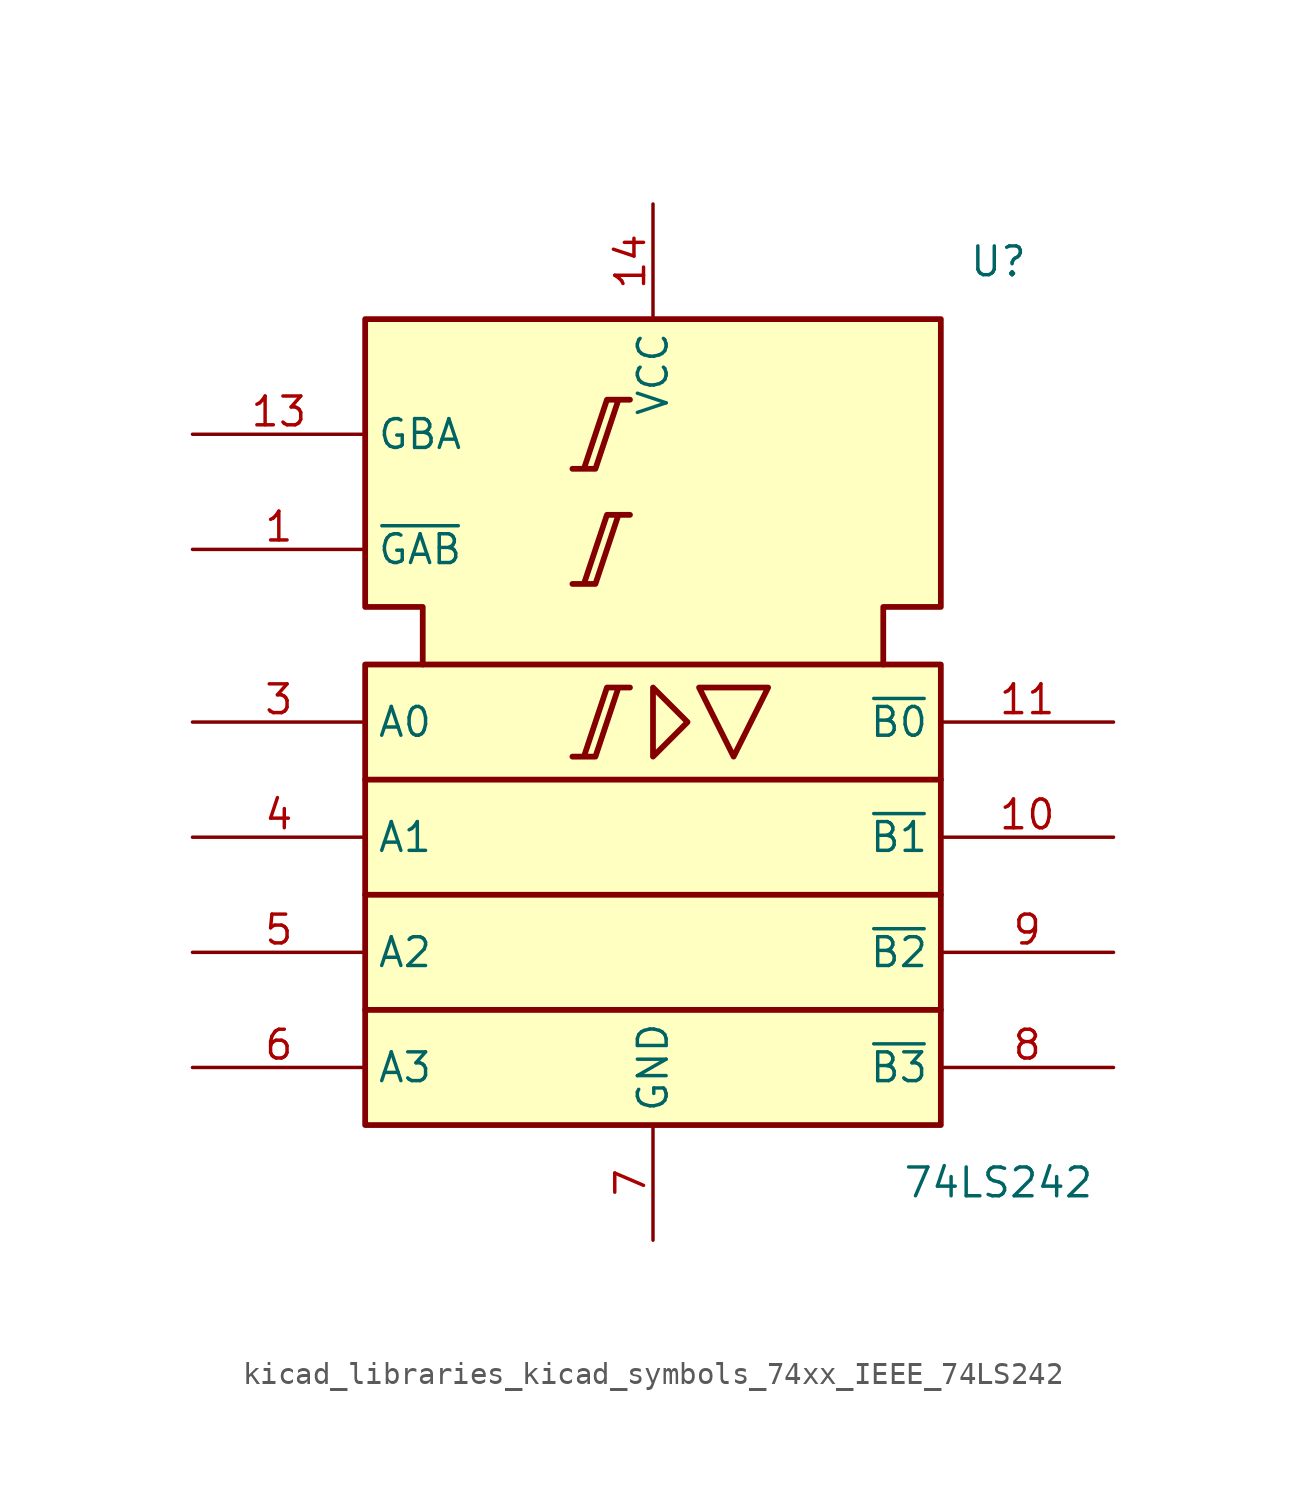
<source format=kicad_sym>
(kicad_symbol_lib
  (version 20220914)
  (generator kicad_symbol_editor)
  (symbol "kicad_libraries_kicad_symbols_74xx_IEEE_74LS242"
    (property "Reference" "U"
      (at 15.24 25.4 0)
      (effects (font (size 1.27 1.27))))
    (property "Value" "74LS242"
      (at 15.24 -15.24 0)
      (effects (font (size 1.27 1.27))))
    (symbol "kicad_libraries_kicad_symbols_74xx_IEEE_74LS242_0_0"
      (pin power_in line (at 0 27.94 270) (length 5.08) (name "VCC" (effects (font (size 1.27 1.27)))) (number "14" (effects (font (size 1.27 1.27)))))
      (pin power_in line (at 0 -17.78 90) (length 5.08) (name "GND" (effects (font (size 1.27 1.27)))) (number "7" (effects (font (size 1.27 1.27))))))
    (symbol "kicad_libraries_kicad_symbols_74xx_IEEE_74LS242_0_1"
      (rectangle (start -12.7 7.62) (end 12.7 -12.7) (stroke (width 0.254) (type default)) (fill (type background)))
      (polyline (pts (xy -12.7 -7.62) (xy 12.7 -7.62) (xy 12.7 -7.62)) (stroke (width 0.254) (type default)) (fill (type background)))
      (polyline (pts (xy -12.7 -2.54) (xy 12.7 -2.54) (xy 12.7 -2.54)) (stroke (width 0.254) (type default)) (fill (type background)))
      (polyline (pts (xy -12.7 2.54) (xy 12.7 2.54) (xy 12.7 2.54)) (stroke (width 0.254) (type default)) (fill (type background)))
      (polyline (pts (xy 0 6.604) (xy 0 3.556) (xy 1.524 5.08) (xy 0 6.604) (xy 0 6.604)) (stroke (width 0.254) (type default)) (fill (type background)))
      (polyline (pts (xy 2.032 6.604) (xy 5.08 6.604) (xy 3.556 3.556) (xy 2.032 6.604) (xy 2.032 6.604)) (stroke (width 0.254) (type default)) (fill (type background)))
      (polyline (pts (xy -3.556 3.556) (xy -2.54 3.556) (xy -1.524 6.604) (xy -1.016 6.604) (xy -2.032 6.604) (xy -3.048 3.556) (xy -3.048 3.556)) (stroke (width 0.254) (type default)) (fill (type background)))
      (polyline (pts (xy -3.556 11.176) (xy -2.54 11.176) (xy -1.524 14.224) (xy -1.016 14.224) (xy -2.032 14.224) (xy -3.048 11.176) (xy -3.048 11.176)) (stroke (width 0.254) (type default)) (fill (type background)))
      (polyline (pts (xy -3.556 16.256) (xy -2.54 16.256) (xy -1.524 19.304) (xy -1.016 19.304) (xy -2.032 19.304) (xy -3.048 16.256) (xy -3.048 16.256)) (stroke (width 0.254) (type default)) (fill (type background)))
      (polyline (pts (xy -10.16 7.62) (xy -10.16 10.16) (xy -12.7 10.16) (xy -12.7 22.86) (xy 12.7 22.86) (xy 12.7 10.16) (xy 10.16 10.16) (xy 10.16 7.62) (xy 10.16 7.62)) (stroke (width 0.254) (type default)) (fill (type background))))
    (symbol "kicad_libraries_kicad_symbols_74xx_IEEE_74LS242_1_1"
      (pin input line (at -20.32 12.7 0) (length 7.62) (name "~{GAB}" (effects (font (size 1.27 1.27)))) (number "1" (effects (font (size 1.27 1.27)))))
      (pin tri_state line (at 20.32 0 180) (length 7.62) (name "~{B1}" (effects (font (size 1.27 1.27)))) (number "10" (effects (font (size 1.27 1.27)))))
      (pin tri_state line (at 20.32 5.08 180) (length 7.62) (name "~{B0}" (effects (font (size 1.27 1.27)))) (number "11" (effects (font (size 1.27 1.27)))))
      (pin input line (at -20.32 17.78 0) (length 7.62) (name "GBA" (effects (font (size 1.27 1.27)))) (number "13" (effects (font (size 1.27 1.27)))))
      (pin input line (at -20.32 5.08 0) (length 7.62) (name "A0" (effects (font (size 1.27 1.27)))) (number "3" (effects (font (size 1.27 1.27)))))
      (pin input line (at -20.32 0 0) (length 7.62) (name "A1" (effects (font (size 1.27 1.27)))) (number "4" (effects (font (size 1.27 1.27)))))
      (pin input line (at -20.32 -5.08 0) (length 7.62) (name "A2" (effects (font (size 1.27 1.27)))) (number "5" (effects (font (size 1.27 1.27)))))
      (pin input line (at -20.32 -10.16 0) (length 7.62) (name "A3" (effects (font (size 1.27 1.27)))) (number "6" (effects (font (size 1.27 1.27)))))
      (pin tri_state line (at 20.32 -10.16 180) (length 7.62) (name "~{B3}" (effects (font (size 1.27 1.27)))) (number "8" (effects (font (size 1.27 1.27)))))
      (pin tri_state line (at 20.32 -5.08 180) (length 7.62) (name "~{B2}" (effects (font (size 1.27 1.27)))) (number "9" (effects (font (size 1.27 1.27))))))))
</source>
